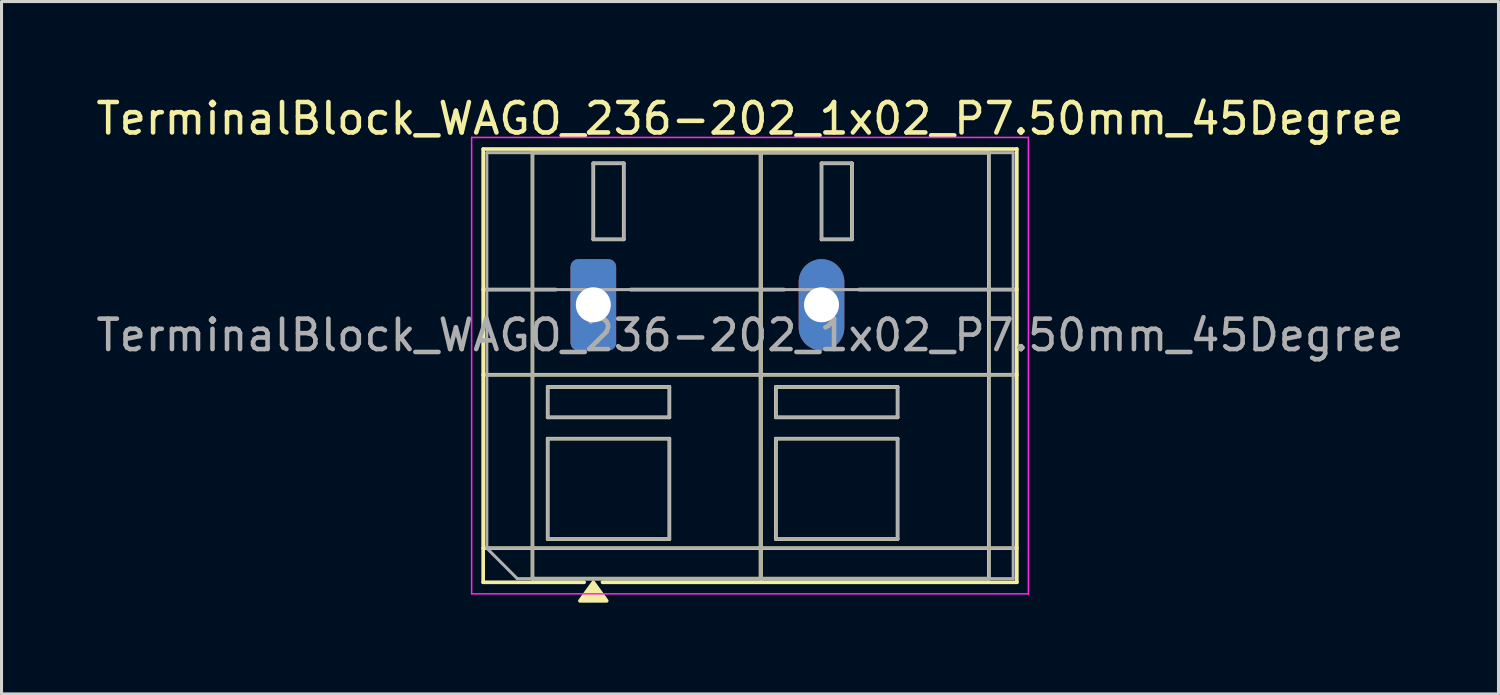
<source format=kicad_pcb>
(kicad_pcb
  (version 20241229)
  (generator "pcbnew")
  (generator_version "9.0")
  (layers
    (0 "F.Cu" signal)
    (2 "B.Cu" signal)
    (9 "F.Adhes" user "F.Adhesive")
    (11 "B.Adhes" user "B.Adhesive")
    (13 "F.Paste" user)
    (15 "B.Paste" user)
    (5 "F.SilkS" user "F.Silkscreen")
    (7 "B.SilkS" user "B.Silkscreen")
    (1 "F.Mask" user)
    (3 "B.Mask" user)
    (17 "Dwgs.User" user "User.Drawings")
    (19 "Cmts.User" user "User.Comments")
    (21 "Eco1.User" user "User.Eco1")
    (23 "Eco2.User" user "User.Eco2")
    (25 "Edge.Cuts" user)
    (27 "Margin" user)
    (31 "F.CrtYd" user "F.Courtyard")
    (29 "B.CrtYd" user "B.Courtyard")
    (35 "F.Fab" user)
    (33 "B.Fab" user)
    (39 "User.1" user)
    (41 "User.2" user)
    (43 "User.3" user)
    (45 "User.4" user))
  (footprint "TerminalBlock_WAGO_236-202_1x02_P7.50mm_45Degree"
    (layer "F.Cu")
    (at 16.451 6.968)
    (property "Reference" "TerminalBlock_WAGO_236-202_1x02_P7.50mm_45Degree" (at 5.15 -6.12 0) (layer "F.SilkS") (effects (font (size 1 1) (thickness 0.15))))
    (attr through_hole)
    (fp_line (start -3.62 -5.12) (end -3.62 9.12) (stroke (width 0.12) (type solid)) (layer "F.SilkS"))
    (fp_line (start -3.62 -5.12) (end 13.92 -5.12) (stroke (width 0.12) (type solid)) (layer "F.SilkS"))
    (fp_line (start -3.62 -0.5) (end -1.23 -0.5) (stroke (width 0.12) (type solid)) (layer "F.SilkS"))
    (fp_line (start -3.62 2.3) (end 13.92 2.3) (stroke (width 0.12) (type solid)) (layer "F.SilkS"))
    (fp_line (start -3.62 8) (end 13.92 8) (stroke (width 0.12) (type solid)) (layer "F.SilkS"))
    (fp_line (start -3.62 9.12) (end -0.3 9.12) (stroke (width 0.12) (type solid)) (layer "F.SilkS"))
    (fp_line (start -2 -5) (end -2 9) (stroke (width 0.12) (type solid)) (layer "F.SilkS"))
    (fp_line (start -2 -5) (end 5.5 -5) (stroke (width 0.12) (type solid)) (layer "F.SilkS"))
    (fp_line (start -2 9) (end 5.5 9) (stroke (width 0.12) (type solid)) (layer "F.SilkS"))
    (fp_line (start -1.5 2.7) (end -1.5 3.7) (stroke (width 0.12) (type solid)) (layer "F.SilkS"))
    (fp_line (start -1.5 2.7) (end 2.5 2.7) (stroke (width 0.12) (type solid)) (layer "F.SilkS"))
    (fp_line (start -1.5 3.7) (end 2.5 3.7) (stroke (width 0.12) (type solid)) (layer "F.SilkS"))
    (fp_line (start -1.5 4.4) (end -1.5 7.7) (stroke (width 0.12) (type solid)) (layer "F.SilkS"))
    (fp_line (start -1.5 4.4) (end 2.5 4.4) (stroke (width 0.12) (type solid)) (layer "F.SilkS"))
    (fp_line (start -1.5 7.7) (end 2.5 7.7) (stroke (width 0.12) (type solid)) (layer "F.SilkS"))
    (fp_line (start 0 -4.65) (end 0 -2.15) (stroke (width 0.12) (type solid)) (layer "F.SilkS"))
    (fp_line (start 0 -4.65) (end 1 -4.65) (stroke (width 0.12) (type solid)) (layer "F.SilkS"))
    (fp_line (start 0 -2.15) (end 1 -2.15) (stroke (width 0.12) (type solid)) (layer "F.SilkS"))
    (fp_line (start 0.3 9.12) (end 13.92 9.12) (stroke (width 0.12) (type solid)) (layer "F.SilkS"))
    (fp_line (start 1 -4.65) (end 1 -2.15) (stroke (width 0.12) (type solid)) (layer "F.SilkS"))
    (fp_line (start 1.23 -0.5) (end 6.27 -0.5) (stroke (width 0.12) (type solid)) (layer "F.SilkS"))
    (fp_line (start 2.5 2.7) (end 2.5 3.7) (stroke (width 0.12) (type solid)) (layer "F.SilkS"))
    (fp_line (start 2.5 4.4) (end 2.5 7.7) (stroke (width 0.12) (type solid)) (layer "F.SilkS"))
    (fp_line (start 5.5 -5) (end 5.5 9) (stroke (width 0.12) (type solid)) (layer "F.SilkS"))
    (fp_line (start 5.5 -5) (end 5.5 9) (stroke (width 0.12) (type solid)) (layer "F.SilkS"))
    (fp_line (start 5.5 -5) (end 13 -5) (stroke (width 0.12) (type solid)) (layer "F.SilkS"))
    (fp_line (start 5.5 9) (end 13 9) (stroke (width 0.12) (type solid)) (layer "F.SilkS"))
    (fp_line (start 6 2.7) (end 6 3.7) (stroke (width 0.12) (type solid)) (layer "F.SilkS"))
    (fp_line (start 6 2.7) (end 10 2.7) (stroke (width 0.12) (type solid)) (layer "F.SilkS"))
    (fp_line (start 6 3.7) (end 10 3.7) (stroke (width 0.12) (type solid)) (layer "F.SilkS"))
    (fp_line (start 6 4.4) (end 6 7.7) (stroke (width 0.12) (type solid)) (layer "F.SilkS"))
    (fp_line (start 6 4.4) (end 10 4.4) (stroke (width 0.12) (type solid)) (layer "F.SilkS"))
    (fp_line (start 6 7.7) (end 10 7.7) (stroke (width 0.12) (type solid)) (layer "F.SilkS"))
    (fp_line (start 7.5 -4.65) (end 7.5 -2.15) (stroke (width 0.12) (type solid)) (layer "F.SilkS"))
    (fp_line (start 7.5 -4.65) (end 8.5 -4.65) (stroke (width 0.12) (type solid)) (layer "F.SilkS"))
    (fp_line (start 7.5 -2.15) (end 8.5 -2.15) (stroke (width 0.12) (type solid)) (layer "F.SilkS"))
    (fp_line (start 8.5 -4.65) (end 8.5 -2.15) (stroke (width 0.12) (type solid)) (layer "F.SilkS"))
    (fp_line (start 8.73 -0.5) (end 13.92 -0.5) (stroke (width 0.12) (type solid)) (layer "F.SilkS"))
    (fp_line (start 10 2.7) (end 10 3.7) (stroke (width 0.12) (type solid)) (layer "F.SilkS"))
    (fp_line (start 10 4.4) (end 10 7.7) (stroke (width 0.12) (type solid)) (layer "F.SilkS"))
    (fp_line (start 13 -5) (end 13 9) (stroke (width 0.12) (type solid)) (layer "F.SilkS"))
    (fp_line (start 13.92 -5.12) (end 13.92 9.12) (stroke (width 0.12) (type solid)) (layer "F.SilkS"))
    (fp_poly (pts (xy 0 9.12) (xy 0.44 9.73) (xy -0.44 9.73)) (stroke (width 0.12) (type solid)) (fill yes) (layer "F.SilkS"))
    (fp_line (start -4 -5.5) (end -4 9.5) (stroke (width 0.05) (type solid)) (layer "F.CrtYd"))
    (fp_line (start -4 9.5) (end 14.3 9.5) (stroke (width 0.05) (type solid)) (layer "F.CrtYd"))
    (fp_line (start 14.3 -5.5) (end -4 -5.5) (stroke (width 0.05) (type solid)) (layer "F.CrtYd"))
    (fp_line (start 14.3 9.5) (end 14.3 -5.5) (stroke (width 0.05) (type solid)) (layer "F.CrtYd"))
    (fp_line (start -3.5 -5) (end 13.8 -5) (stroke (width 0.1) (type solid)) (layer "F.Fab"))
    (fp_line (start -3.5 -0.5) (end 13.8 -0.5) (stroke (width 0.1) (type solid)) (layer "F.Fab"))
    (fp_line (start -3.5 2.3) (end 13.8 2.3) (stroke (width 0.1) (type solid)) (layer "F.Fab"))
    (fp_line (start -3.5 8) (end -3.5 -5) (stroke (width 0.1) (type solid)) (layer "F.Fab"))
    (fp_line (start -3.5 8) (end 13.8 8) (stroke (width 0.1) (type solid)) (layer "F.Fab"))
    (fp_line (start -2.5 9) (end -3.5 8) (stroke (width 0.1) (type solid)) (layer "F.Fab"))
    (fp_line (start -2 -5) (end -2 9) (stroke (width 0.1) (type solid)) (layer "F.Fab"))
    (fp_line (start -2 9) (end 5.5 9) (stroke (width 0.1) (type solid)) (layer "F.Fab"))
    (fp_line (start -1.5 2.7) (end -1.5 3.7) (stroke (width 0.1) (type solid)) (layer "F.Fab"))
    (fp_line (start -1.5 3.7) (end 2.5 3.7) (stroke (width 0.1) (type solid)) (layer "F.Fab"))
    (fp_line (start -1.5 4.4) (end -1.5 7.7) (stroke (width 0.1) (type solid)) (layer "F.Fab"))
    (fp_line (start -1.5 7.7) (end 2.5 7.7) (stroke (width 0.1) (type solid)) (layer "F.Fab"))
    (fp_line (start 0 -4.65) (end 0 -2.15) (stroke (width 0.1) (type solid)) (layer "F.Fab"))
    (fp_line (start 0 -2.15) (end 1 -2.15) (stroke (width 0.1) (type solid)) (layer "F.Fab"))
    (fp_line (start 1 -4.65) (end 0 -4.65) (stroke (width 0.1) (type solid)) (layer "F.Fab"))
    (fp_line (start 1 -2.15) (end 1 -4.65) (stroke (width 0.1) (type solid)) (layer "F.Fab"))
    (fp_line (start 2.5 2.7) (end -1.5 2.7) (stroke (width 0.1) (type solid)) (layer "F.Fab"))
    (fp_line (start 2.5 3.7) (end 2.5 2.7) (stroke (width 0.1) (type solid)) (layer "F.Fab"))
    (fp_line (start 2.5 4.4) (end -1.5 4.4) (stroke (width 0.1) (type solid)) (layer "F.Fab"))
    (fp_line (start 2.5 7.7) (end 2.5 4.4) (stroke (width 0.1) (type solid)) (layer "F.Fab"))
    (fp_line (start 5.5 -5) (end -2 -5) (stroke (width 0.1) (type solid)) (layer "F.Fab"))
    (fp_line (start 5.5 -5) (end 5.5 9) (stroke (width 0.1) (type solid)) (layer "F.Fab"))
    (fp_line (start 5.5 9) (end 5.5 -5) (stroke (width 0.1) (type solid)) (layer "F.Fab"))
    (fp_line (start 5.5 9) (end 13 9) (stroke (width 0.1) (type solid)) (layer "F.Fab"))
    (fp_line (start 6 2.7) (end 6 3.7) (stroke (width 0.1) (type solid)) (layer "F.Fab"))
    (fp_line (start 6 3.7) (end 10 3.7) (stroke (width 0.1) (type solid)) (layer "F.Fab"))
    (fp_line (start 6 4.4) (end 6 7.7) (stroke (width 0.1) (type solid)) (layer "F.Fab"))
    (fp_line (start 6 7.7) (end 10 7.7) (stroke (width 0.1) (type solid)) (layer "F.Fab"))
    (fp_line (start 7.5 -4.65) (end 7.5 -2.15) (stroke (width 0.1) (type solid)) (layer "F.Fab"))
    (fp_line (start 7.5 -2.15) (end 8.5 -2.15) (stroke (width 0.1) (type solid)) (layer "F.Fab"))
    (fp_line (start 8.5 -4.65) (end 7.5 -4.65) (stroke (width 0.1) (type solid)) (layer "F.Fab"))
    (fp_line (start 8.5 -2.15) (end 8.5 -4.65) (stroke (width 0.1) (type solid)) (layer "F.Fab"))
    (fp_line (start 10 2.7) (end 6 2.7) (stroke (width 0.1) (type solid)) (layer "F.Fab"))
    (fp_line (start 10 3.7) (end 10 2.7) (stroke (width 0.1) (type solid)) (layer "F.Fab"))
    (fp_line (start 10 4.4) (end 6 4.4) (stroke (width 0.1) (type solid)) (layer "F.Fab"))
    (fp_line (start 10 7.7) (end 10 4.4) (stroke (width 0.1) (type solid)) (layer "F.Fab"))
    (fp_line (start 13 -5) (end 5.5 -5) (stroke (width 0.1) (type solid)) (layer "F.Fab"))
    (fp_line (start 13 9) (end 13 -5) (stroke (width 0.1) (type solid)) (layer "F.Fab"))
    (fp_line (start 13.8 -5) (end 13.8 9) (stroke (width 0.1) (type solid)) (layer "F.Fab"))
    (fp_line (start 13.8 9) (end -2.5 9) (stroke (width 0.1) (type solid)) (layer "F.Fab"))
    (fp_text user "${REFERENCE}" (at 5.15 1 0) (layer "F.Fab") (effects (font (size 1 1) (thickness 0.15))))
    (pad "1" thru_hole roundrect (at 0 0) (size 1.5 3) (drill 1.15) (layers "*.Cu" "*.Mask") (roundrect_rratio 0.167))
    (pad "2" thru_hole oval (at 7.5 0) (size 1.5 3) (drill 1.15) (layers "*.Cu" "*.Mask")))
  (gr_rect
    (start -3 -3)
    (end 46.202 19.758)
    (stroke (width 0.1) (type default))
    (fill no)
    (layer "Edge.Cuts")))
</source>
